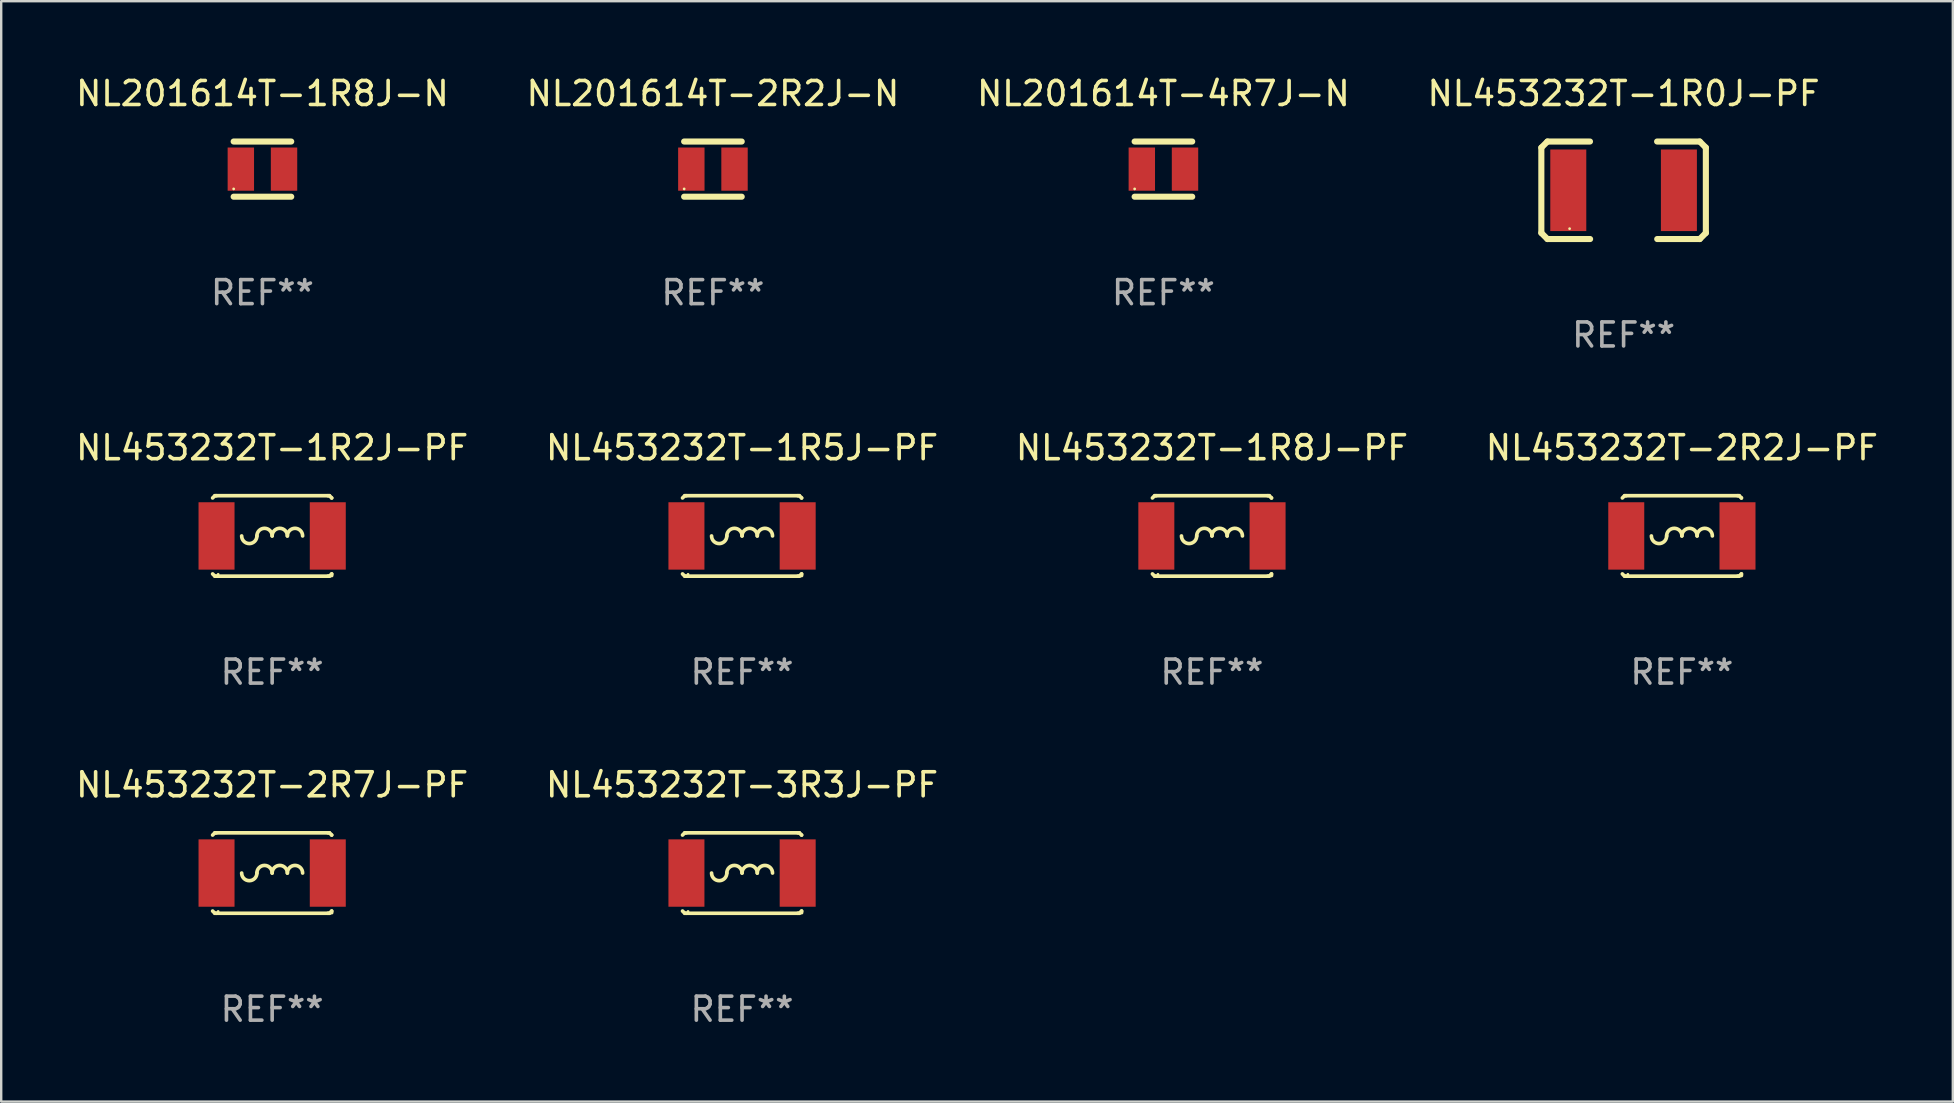
<source format=kicad_pcb>
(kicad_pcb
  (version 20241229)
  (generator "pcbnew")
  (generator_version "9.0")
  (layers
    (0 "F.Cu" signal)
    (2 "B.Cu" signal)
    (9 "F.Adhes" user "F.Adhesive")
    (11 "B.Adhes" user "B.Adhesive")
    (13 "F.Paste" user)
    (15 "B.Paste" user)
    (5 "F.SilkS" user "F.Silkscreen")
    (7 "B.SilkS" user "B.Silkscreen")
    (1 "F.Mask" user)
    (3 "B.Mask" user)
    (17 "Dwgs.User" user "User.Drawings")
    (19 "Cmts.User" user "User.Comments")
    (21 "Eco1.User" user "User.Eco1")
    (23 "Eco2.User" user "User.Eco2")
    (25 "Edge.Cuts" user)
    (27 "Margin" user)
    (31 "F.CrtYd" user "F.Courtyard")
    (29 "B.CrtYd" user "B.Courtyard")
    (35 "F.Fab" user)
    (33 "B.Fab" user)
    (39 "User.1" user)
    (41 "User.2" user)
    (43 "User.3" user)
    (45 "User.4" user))
  (footprint "NL201614T-1R8J-N"
    (layer "F.Cu")
    (at 7.887 3.998)
    (property "Reference" "NL201614T-1R8J-N" (at 0 -3.15 0) (layer "F.SilkS") (effects (font (size 1 1) (thickness 0.15))))
    (attr through_hole)
    (fp_line (start -1.2 -1.15) (end 1.2 -1.15) (stroke (width 0.254) (type solid)) (layer "F.SilkS"))
    (fp_line (start -1.2 1.15) (end 1.2 1.15) (stroke (width 0.254) (type solid)) (layer "F.SilkS"))
    (fp_circle (center -1.199 0.825) (end -1.169 0.825) (stroke (width 0.06) (type solid)) (fill no) (layer "F.SilkS"))
    (fp_text user "REF**" (at 0 5.15 0) (layer "F.Fab") (effects (font (size 1 1) (thickness 0.15))))
    (pad "1" smd rect (at -0.9 0) (size 1.1 1.8) (layers "F.Cu" "F.Mask" "F.Paste"))
    (pad "2" smd rect (at 0.9 0) (size 1.1 1.8) (layers "F.Cu" "F.Mask" "F.Paste")))
  (footprint "NL453232T-1R5J-PF"
    (layer "F.Cu")
    (at 27.875 19.285)
    (property "Reference" "NL453232T-1R5J-PF" (at 0 -3.676 0) (layer "F.SilkS") (effects (font (size 1 1) (thickness 0.15))))
    (attr through_hole)
    (fp_line (start -2.388 -1.676) (end -2.481 -1.583) (stroke (width 0.152) (type solid)) (layer "F.SilkS"))
    (fp_line (start -2.388 1.676) (end -2.481 1.583) (stroke (width 0.152) (type solid)) (layer "F.SilkS"))
    (fp_line (start -2.326 -1.676) (end -2.388 -1.676) (stroke (width 0.152) (type solid)) (layer "F.SilkS"))
    (fp_line (start -2.326 1.676) (end -2.388 1.676) (stroke (width 0.152) (type solid)) (layer "F.SilkS"))
    (fp_line (start 2.326 -1.676) (end -2.326 -1.676) (stroke (width 0.152) (type solid)) (layer "F.SilkS"))
    (fp_line (start 2.326 -1.676) (end 2.388 -1.676) (stroke (width 0.152) (type solid)) (layer "F.SilkS"))
    (fp_line (start 2.326 1.676) (end -2.326 1.676) (stroke (width 0.152) (type solid)) (layer "F.SilkS"))
    (fp_line (start 2.326 1.676) (end 2.388 1.676) (stroke (width 0.152) (type solid)) (layer "F.SilkS"))
    (fp_line (start 2.388 -1.676) (end 2.481 -1.583) (stroke (width 0.152) (type solid)) (layer "F.SilkS"))
    (fp_line (start 2.388 1.676) (end 2.481 1.583) (stroke (width 0.152) (type solid)) (layer "F.SilkS"))
    (fp_line (start 2.481 -1.583) (end 2.481 -1.584) (stroke (width 0.152) (type solid)) (layer "F.SilkS"))
    (fp_line (start 2.481 1.584) (end 2.481 1.651) (stroke (width 0.152) (type solid)) (layer "F.SilkS"))
    (fp_arc (start -0.636018 0) (mid -0.318009 -0.318009) (end 0 0) (stroke (width 0.151994) (type solid)) (layer "F.SilkS"))
    (fp_arc (start -0.635001 0) (mid -0.95301 0.318009) (end -1.271019 0) (stroke (width 0.151994) (type solid)) (layer "F.SilkS"))
    (fp_arc (start -0.001015 0) (mid 0.316993 -0.318008) (end 0.635001 0) (stroke (width 0.151994) (type solid)) (layer "F.SilkS"))
    (fp_arc (start 0.633985 0) (mid 0.951994 -0.318009) (end 1.270003 0) (stroke (width 0.151994) (type solid)) (layer "F.SilkS"))
    (fp_circle (center -2.25 1.6) (end -2.22 1.6) (stroke (width 0.06) (type solid)) (fill no) (layer "F.SilkS"))
    (fp_text user "REF**" (at 0 5.676 0) (layer "F.Fab") (effects (font (size 1 1) (thickness 0.15))))
    (pad "1" smd rect (at -2.318 0) (size 1.5 2.808) (layers "F.Cu" "F.Mask" "F.Paste"))
    (pad "2" smd rect (at 2.318 0) (size 1.5 2.808) (layers "F.Cu" "F.Mask" "F.Paste")))
  (footprint "NL453232T-2R2J-PF"
    (layer "F.Cu")
    (at 67.042 19.285)
    (property "Reference" "NL453232T-2R2J-PF" (at 0 -3.676 0) (layer "F.SilkS") (effects (font (size 1 1) (thickness 0.15))))
    (attr through_hole)
    (fp_line (start -2.388 -1.676) (end -2.481 -1.583) (stroke (width 0.152) (type solid)) (layer "F.SilkS"))
    (fp_line (start -2.388 1.676) (end -2.481 1.583) (stroke (width 0.152) (type solid)) (layer "F.SilkS"))
    (fp_line (start -2.326 -1.676) (end -2.388 -1.676) (stroke (width 0.152) (type solid)) (layer "F.SilkS"))
    (fp_line (start -2.326 1.676) (end -2.388 1.676) (stroke (width 0.152) (type solid)) (layer "F.SilkS"))
    (fp_line (start 2.326 -1.676) (end -2.326 -1.676) (stroke (width 0.152) (type solid)) (layer "F.SilkS"))
    (fp_line (start 2.326 -1.676) (end 2.388 -1.676) (stroke (width 0.152) (type solid)) (layer "F.SilkS"))
    (fp_line (start 2.326 1.676) (end -2.326 1.676) (stroke (width 0.152) (type solid)) (layer "F.SilkS"))
    (fp_line (start 2.326 1.676) (end 2.388 1.676) (stroke (width 0.152) (type solid)) (layer "F.SilkS"))
    (fp_line (start 2.388 -1.676) (end 2.481 -1.583) (stroke (width 0.152) (type solid)) (layer "F.SilkS"))
    (fp_line (start 2.388 1.676) (end 2.481 1.583) (stroke (width 0.152) (type solid)) (layer "F.SilkS"))
    (fp_line (start 2.481 -1.583) (end 2.481 -1.584) (stroke (width 0.152) (type solid)) (layer "F.SilkS"))
    (fp_line (start 2.481 1.584) (end 2.481 1.651) (stroke (width 0.152) (type solid)) (layer "F.SilkS"))
    (fp_arc (start -0.636018 0) (mid -0.318009 -0.318009) (end 0 0) (stroke (width 0.151994) (type solid)) (layer "F.SilkS"))
    (fp_arc (start -0.635001 0) (mid -0.95301 0.318009) (end -1.271019 0) (stroke (width 0.151994) (type solid)) (layer "F.SilkS"))
    (fp_arc (start -0.001015 0) (mid 0.316993 -0.318008) (end 0.635001 0) (stroke (width 0.151994) (type solid)) (layer "F.SilkS"))
    (fp_arc (start 0.633985 0) (mid 0.951994 -0.318009) (end 1.270003 0) (stroke (width 0.151994) (type solid)) (layer "F.SilkS"))
    (fp_circle (center -2.25 1.6) (end -2.22 1.6) (stroke (width 0.06) (type solid)) (fill no) (layer "F.SilkS"))
    (fp_text user "REF**" (at 0 5.676 0) (layer "F.Fab") (effects (font (size 1 1) (thickness 0.15))))
    (pad "1" smd rect (at -2.318 0) (size 1.5 2.808) (layers "F.Cu" "F.Mask" "F.Paste"))
    (pad "2" smd rect (at 2.318 0) (size 1.5 2.808) (layers "F.Cu" "F.Mask" "F.Paste")))
  (footprint "NL453232T-1R0J-PF"
    (layer "F.Cu")
    (at 64.613 4.88)
    (property "Reference" "NL453232T-1R0J-PF" (at 0 -4.032 0) (layer "F.SilkS") (effects (font (size 1 1) (thickness 0.15))))
    (attr through_hole)
    (fp_line (start -3.428 -1.778) (end -3.174 -2.032) (stroke (width 0.254) (type solid)) (layer "F.SilkS"))
    (fp_line (start -3.428 1.778) (end -3.428 -1.778) (stroke (width 0.254) (type solid)) (layer "F.SilkS"))
    (fp_line (start -3.174 -2.032) (end -1.401 -2.032) (stroke (width 0.254) (type solid)) (layer "F.SilkS"))
    (fp_line (start -3.174 2.032) (end -3.428 1.778) (stroke (width 0.254) (type solid)) (layer "F.SilkS"))
    (fp_line (start -1.396 2.032) (end -3.174 2.032) (stroke (width 0.254) (type solid)) (layer "F.SilkS"))
    (fp_line (start 1.396 -2.032) (end 3.174 -2.032) (stroke (width 0.254) (type solid)) (layer "F.SilkS"))
    (fp_line (start 3.174 -2.032) (end 3.428 -1.778) (stroke (width 0.254) (type solid)) (layer "F.SilkS"))
    (fp_line (start 3.174 2.032) (end 1.401 2.032) (stroke (width 0.254) (type solid)) (layer "F.SilkS"))
    (fp_line (start 3.428 -1.778) (end 3.428 1.778) (stroke (width 0.254) (type solid)) (layer "F.SilkS"))
    (fp_line (start 3.428 1.778) (end 3.174 2.032) (stroke (width 0.254) (type solid)) (layer "F.SilkS"))
    (fp_circle (center -2.25 1.6) (end -2.22 1.6) (stroke (width 0.06) (type solid)) (fill no) (layer "F.SilkS"))
    (fp_text user "REF**" (at 0 6.032 0) (layer "F.Fab") (effects (font (size 1 1) (thickness 0.15))))
    (pad "1" smd rect (at -2.305 0) (size 1.5 3.4) (layers "F.Cu" "F.Mask" "F.Paste"))
    (pad "2" smd rect (at 2.305 0) (size 1.5 3.4) (layers "F.Cu" "F.Mask" "F.Paste")))
  (footprint "NL453232T-2R7J-PF"
    (layer "F.Cu")
    (at 8.292 33.334)
    (property "Reference" "NL453232T-2R7J-PF" (at 0 -3.676 0) (layer "F.SilkS") (effects (font (size 1 1) (thickness 0.15))))
    (attr through_hole)
    (fp_line (start -2.388 -1.676) (end -2.481 -1.583) (stroke (width 0.152) (type solid)) (layer "F.SilkS"))
    (fp_line (start -2.388 1.676) (end -2.481 1.583) (stroke (width 0.152) (type solid)) (layer "F.SilkS"))
    (fp_line (start -2.326 -1.676) (end -2.388 -1.676) (stroke (width 0.152) (type solid)) (layer "F.SilkS"))
    (fp_line (start -2.326 1.676) (end -2.388 1.676) (stroke (width 0.152) (type solid)) (layer "F.SilkS"))
    (fp_line (start 2.326 -1.676) (end -2.326 -1.676) (stroke (width 0.152) (type solid)) (layer "F.SilkS"))
    (fp_line (start 2.326 -1.676) (end 2.388 -1.676) (stroke (width 0.152) (type solid)) (layer "F.SilkS"))
    (fp_line (start 2.326 1.676) (end -2.326 1.676) (stroke (width 0.152) (type solid)) (layer "F.SilkS"))
    (fp_line (start 2.326 1.676) (end 2.388 1.676) (stroke (width 0.152) (type solid)) (layer "F.SilkS"))
    (fp_line (start 2.388 -1.676) (end 2.481 -1.583) (stroke (width 0.152) (type solid)) (layer "F.SilkS"))
    (fp_line (start 2.388 1.676) (end 2.481 1.583) (stroke (width 0.152) (type solid)) (layer "F.SilkS"))
    (fp_line (start 2.481 -1.583) (end 2.481 -1.584) (stroke (width 0.152) (type solid)) (layer "F.SilkS"))
    (fp_line (start 2.481 1.584) (end 2.481 1.651) (stroke (width 0.152) (type solid)) (layer "F.SilkS"))
    (fp_arc (start -0.636018 0) (mid -0.318009 -0.318009) (end 0 0) (stroke (width 0.151994) (type solid)) (layer "F.SilkS"))
    (fp_arc (start -0.635001 0) (mid -0.95301 0.318009) (end -1.271019 0) (stroke (width 0.151994) (type solid)) (layer "F.SilkS"))
    (fp_arc (start -0.001015 0) (mid 0.316993 -0.318008) (end 0.635001 0) (stroke (width 0.151994) (type solid)) (layer "F.SilkS"))
    (fp_arc (start 0.633985 0) (mid 0.951994 -0.318009) (end 1.270003 0) (stroke (width 0.151994) (type solid)) (layer "F.SilkS"))
    (fp_circle (center -2.25 1.6) (end -2.22 1.6) (stroke (width 0.06) (type solid)) (fill no) (layer "F.SilkS"))
    (fp_text user "REF**" (at 0 5.676 0) (layer "F.Fab") (effects (font (size 1 1) (thickness 0.15))))
    (pad "1" smd rect (at -2.318 0) (size 1.5 2.808) (layers "F.Cu" "F.Mask" "F.Paste"))
    (pad "2" smd rect (at 2.318 0) (size 1.5 2.808) (layers "F.Cu" "F.Mask" "F.Paste")))
  (footprint "NL201614T-4R7J-N"
    (layer "F.Cu")
    (at 45.435 3.998)
    (property "Reference" "NL201614T-4R7J-N" (at 0 -3.15 0) (layer "F.SilkS") (effects (font (size 1 1) (thickness 0.15))))
    (attr through_hole)
    (fp_line (start -1.2 -1.15) (end 1.2 -1.15) (stroke (width 0.254) (type solid)) (layer "F.SilkS"))
    (fp_line (start -1.2 1.15) (end 1.2 1.15) (stroke (width 0.254) (type solid)) (layer "F.SilkS"))
    (fp_circle (center -1.199 0.825) (end -1.169 0.825) (stroke (width 0.06) (type solid)) (fill no) (layer "F.SilkS"))
    (fp_text user "REF**" (at 0 5.15 0) (layer "F.Fab") (effects (font (size 1 1) (thickness 0.15))))
    (pad "1" smd rect (at -0.9 0) (size 1.1 1.8) (layers "F.Cu" "F.Mask" "F.Paste"))
    (pad "2" smd rect (at 0.9 0) (size 1.1 1.8) (layers "F.Cu" "F.Mask" "F.Paste")))
  (footprint "NL201614T-2R2J-N"
    (layer "F.Cu")
    (at 26.661 3.998)
    (property "Reference" "NL201614T-2R2J-N" (at 0 -3.15 0) (layer "F.SilkS") (effects (font (size 1 1) (thickness 0.15))))
    (attr through_hole)
    (fp_line (start -1.2 -1.15) (end 1.2 -1.15) (stroke (width 0.254) (type solid)) (layer "F.SilkS"))
    (fp_line (start -1.2 1.15) (end 1.2 1.15) (stroke (width 0.254) (type solid)) (layer "F.SilkS"))
    (fp_circle (center -1.199 0.825) (end -1.169 0.825) (stroke (width 0.06) (type solid)) (fill no) (layer "F.SilkS"))
    (fp_text user "REF**" (at 0 5.15 0) (layer "F.Fab") (effects (font (size 1 1) (thickness 0.15))))
    (pad "1" smd rect (at -0.9 0) (size 1.1 1.8) (layers "F.Cu" "F.Mask" "F.Paste"))
    (pad "2" smd rect (at 0.9 0) (size 1.1 1.8) (layers "F.Cu" "F.Mask" "F.Paste")))
  (footprint "NL453232T-1R2J-PF"
    (layer "F.Cu")
    (at 8.292 19.285)
    (property "Reference" "NL453232T-1R2J-PF" (at 0 -3.676 0) (layer "F.SilkS") (effects (font (size 1 1) (thickness 0.15))))
    (attr through_hole)
    (fp_line (start -2.388 -1.676) (end -2.481 -1.583) (stroke (width 0.152) (type solid)) (layer "F.SilkS"))
    (fp_line (start -2.388 1.676) (end -2.481 1.583) (stroke (width 0.152) (type solid)) (layer "F.SilkS"))
    (fp_line (start -2.326 -1.676) (end -2.388 -1.676) (stroke (width 0.152) (type solid)) (layer "F.SilkS"))
    (fp_line (start -2.326 1.676) (end -2.388 1.676) (stroke (width 0.152) (type solid)) (layer "F.SilkS"))
    (fp_line (start 2.326 -1.676) (end -2.326 -1.676) (stroke (width 0.152) (type solid)) (layer "F.SilkS"))
    (fp_line (start 2.326 -1.676) (end 2.388 -1.676) (stroke (width 0.152) (type solid)) (layer "F.SilkS"))
    (fp_line (start 2.326 1.676) (end -2.326 1.676) (stroke (width 0.152) (type solid)) (layer "F.SilkS"))
    (fp_line (start 2.326 1.676) (end 2.388 1.676) (stroke (width 0.152) (type solid)) (layer "F.SilkS"))
    (fp_line (start 2.388 -1.676) (end 2.481 -1.583) (stroke (width 0.152) (type solid)) (layer "F.SilkS"))
    (fp_line (start 2.388 1.676) (end 2.481 1.583) (stroke (width 0.152) (type solid)) (layer "F.SilkS"))
    (fp_line (start 2.481 -1.583) (end 2.481 -1.584) (stroke (width 0.152) (type solid)) (layer "F.SilkS"))
    (fp_line (start 2.481 1.584) (end 2.481 1.651) (stroke (width 0.152) (type solid)) (layer "F.SilkS"))
    (fp_arc (start -0.636018 0) (mid -0.318009 -0.318009) (end 0 0) (stroke (width 0.151994) (type solid)) (layer "F.SilkS"))
    (fp_arc (start -0.635001 0) (mid -0.95301 0.318009) (end -1.271019 0) (stroke (width 0.151994) (type solid)) (layer "F.SilkS"))
    (fp_arc (start -0.001015 0) (mid 0.316993 -0.318008) (end 0.635001 0) (stroke (width 0.151994) (type solid)) (layer "F.SilkS"))
    (fp_arc (start 0.633985 0) (mid 0.951994 -0.318009) (end 1.270003 0) (stroke (width 0.151994) (type solid)) (layer "F.SilkS"))
    (fp_circle (center -2.25 1.6) (end -2.22 1.6) (stroke (width 0.06) (type solid)) (fill no) (layer "F.SilkS"))
    (fp_text user "REF**" (at 0 5.676 0) (layer "F.Fab") (effects (font (size 1 1) (thickness 0.15))))
    (pad "1" smd rect (at -2.318 0) (size 1.5 2.808) (layers "F.Cu" "F.Mask" "F.Paste"))
    (pad "2" smd rect (at 2.318 0) (size 1.5 2.808) (layers "F.Cu" "F.Mask" "F.Paste")))
  (footprint "NL453232T-1R8J-PF"
    (layer "F.Cu")
    (at 47.458 19.285)
    (property "Reference" "NL453232T-1R8J-PF" (at 0 -3.676 0) (layer "F.SilkS") (effects (font (size 1 1) (thickness 0.15))))
    (attr through_hole)
    (fp_line (start -2.388 -1.676) (end -2.481 -1.583) (stroke (width 0.152) (type solid)) (layer "F.SilkS"))
    (fp_line (start -2.388 1.676) (end -2.481 1.583) (stroke (width 0.152) (type solid)) (layer "F.SilkS"))
    (fp_line (start -2.326 -1.676) (end -2.388 -1.676) (stroke (width 0.152) (type solid)) (layer "F.SilkS"))
    (fp_line (start -2.326 1.676) (end -2.388 1.676) (stroke (width 0.152) (type solid)) (layer "F.SilkS"))
    (fp_line (start 2.326 -1.676) (end -2.326 -1.676) (stroke (width 0.152) (type solid)) (layer "F.SilkS"))
    (fp_line (start 2.326 -1.676) (end 2.388 -1.676) (stroke (width 0.152) (type solid)) (layer "F.SilkS"))
    (fp_line (start 2.326 1.676) (end -2.326 1.676) (stroke (width 0.152) (type solid)) (layer "F.SilkS"))
    (fp_line (start 2.326 1.676) (end 2.388 1.676) (stroke (width 0.152) (type solid)) (layer "F.SilkS"))
    (fp_line (start 2.388 -1.676) (end 2.481 -1.583) (stroke (width 0.152) (type solid)) (layer "F.SilkS"))
    (fp_line (start 2.388 1.676) (end 2.481 1.583) (stroke (width 0.152) (type solid)) (layer "F.SilkS"))
    (fp_line (start 2.481 -1.583) (end 2.481 -1.584) (stroke (width 0.152) (type solid)) (layer "F.SilkS"))
    (fp_line (start 2.481 1.584) (end 2.481 1.651) (stroke (width 0.152) (type solid)) (layer "F.SilkS"))
    (fp_arc (start -0.636018 0) (mid -0.318009 -0.318009) (end 0 0) (stroke (width 0.151994) (type solid)) (layer "F.SilkS"))
    (fp_arc (start -0.635001 0) (mid -0.95301 0.318009) (end -1.271019 0) (stroke (width 0.151994) (type solid)) (layer "F.SilkS"))
    (fp_arc (start -0.001015 0) (mid 0.316993 -0.318008) (end 0.635001 0) (stroke (width 0.151994) (type solid)) (layer "F.SilkS"))
    (fp_arc (start 0.633985 0) (mid 0.951994 -0.318009) (end 1.270003 0) (stroke (width 0.151994) (type solid)) (layer "F.SilkS"))
    (fp_circle (center -2.25 1.6) (end -2.22 1.6) (stroke (width 0.06) (type solid)) (fill no) (layer "F.SilkS"))
    (fp_text user "REF**" (at 0 5.676 0) (layer "F.Fab") (effects (font (size 1 1) (thickness 0.15))))
    (pad "1" smd rect (at -2.318 0) (size 1.5 2.808) (layers "F.Cu" "F.Mask" "F.Paste"))
    (pad "2" smd rect (at 2.318 0) (size 1.5 2.808) (layers "F.Cu" "F.Mask" "F.Paste")))
  (footprint "NL453232T-3R3J-PF"
    (layer "F.Cu")
    (at 27.875 33.334)
    (property "Reference" "NL453232T-3R3J-PF" (at 0 -3.676 0) (layer "F.SilkS") (effects (font (size 1 1) (thickness 0.15))))
    (attr through_hole)
    (fp_line (start -2.388 -1.676) (end -2.481 -1.583) (stroke (width 0.152) (type solid)) (layer "F.SilkS"))
    (fp_line (start -2.388 1.676) (end -2.481 1.583) (stroke (width 0.152) (type solid)) (layer "F.SilkS"))
    (fp_line (start -2.326 -1.676) (end -2.388 -1.676) (stroke (width 0.152) (type solid)) (layer "F.SilkS"))
    (fp_line (start -2.326 1.676) (end -2.388 1.676) (stroke (width 0.152) (type solid)) (layer "F.SilkS"))
    (fp_line (start 2.326 -1.676) (end -2.326 -1.676) (stroke (width 0.152) (type solid)) (layer "F.SilkS"))
    (fp_line (start 2.326 -1.676) (end 2.388 -1.676) (stroke (width 0.152) (type solid)) (layer "F.SilkS"))
    (fp_line (start 2.326 1.676) (end -2.326 1.676) (stroke (width 0.152) (type solid)) (layer "F.SilkS"))
    (fp_line (start 2.326 1.676) (end 2.388 1.676) (stroke (width 0.152) (type solid)) (layer "F.SilkS"))
    (fp_line (start 2.388 -1.676) (end 2.481 -1.583) (stroke (width 0.152) (type solid)) (layer "F.SilkS"))
    (fp_line (start 2.388 1.676) (end 2.481 1.583) (stroke (width 0.152) (type solid)) (layer "F.SilkS"))
    (fp_line (start 2.481 -1.583) (end 2.481 -1.584) (stroke (width 0.152) (type solid)) (layer "F.SilkS"))
    (fp_line (start 2.481 1.584) (end 2.481 1.651) (stroke (width 0.152) (type solid)) (layer "F.SilkS"))
    (fp_arc (start -0.636018 0) (mid -0.318009 -0.318009) (end 0 0) (stroke (width 0.151994) (type solid)) (layer "F.SilkS"))
    (fp_arc (start -0.635001 0) (mid -0.95301 0.318009) (end -1.271019 0) (stroke (width 0.151994) (type solid)) (layer "F.SilkS"))
    (fp_arc (start -0.001015 0) (mid 0.316993 -0.318008) (end 0.635001 0) (stroke (width 0.151994) (type solid)) (layer "F.SilkS"))
    (fp_arc (start 0.633985 0) (mid 0.951994 -0.318009) (end 1.270003 0) (stroke (width 0.151994) (type solid)) (layer "F.SilkS"))
    (fp_circle (center -2.25 1.6) (end -2.22 1.6) (stroke (width 0.06) (type solid)) (fill no) (layer "F.SilkS"))
    (fp_text user "REF**" (at 0 5.676 0) (layer "F.Fab") (effects (font (size 1 1) (thickness 0.15))))
    (pad "1" smd rect (at -2.318 0) (size 1.5 2.808) (layers "F.Cu" "F.Mask" "F.Paste"))
    (pad "2" smd rect (at 2.318 0) (size 1.5 2.808) (layers "F.Cu" "F.Mask" "F.Paste")))
  (gr_rect
    (start -3 -3)
    (end 78.333 42.858)
    (stroke (width 0.1) (type default))
    (fill no)
    (layer "Edge.Cuts")))
</source>
